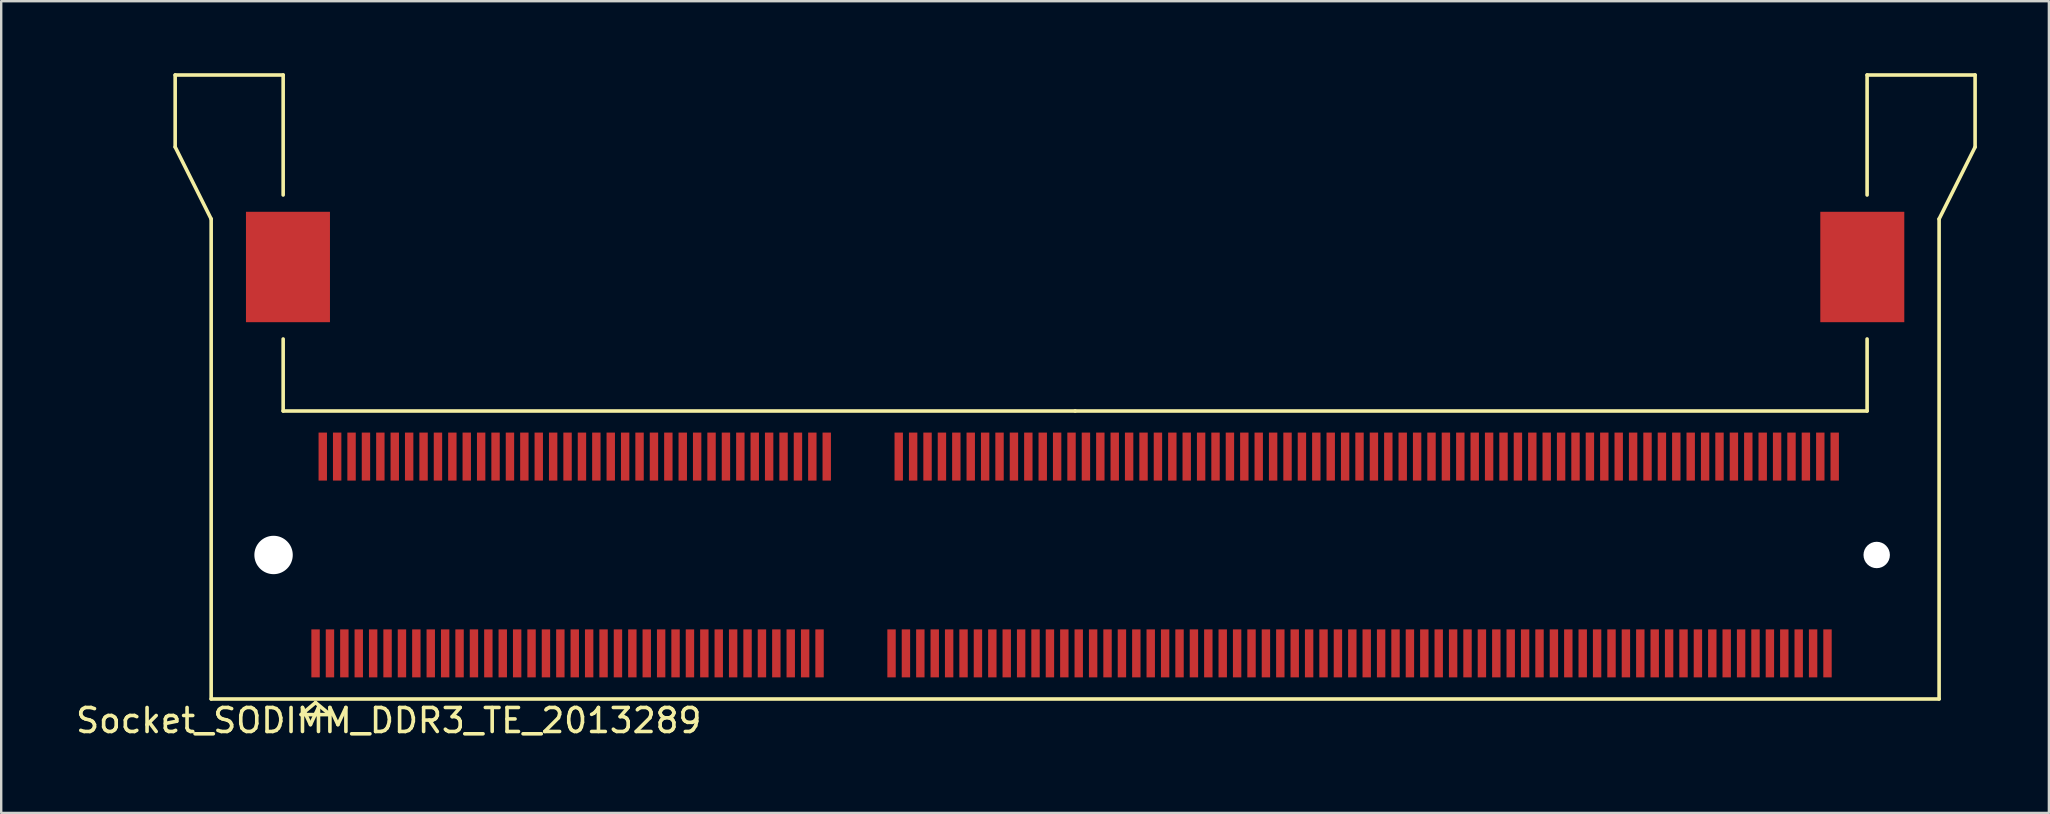
<source format=kicad_pcb>
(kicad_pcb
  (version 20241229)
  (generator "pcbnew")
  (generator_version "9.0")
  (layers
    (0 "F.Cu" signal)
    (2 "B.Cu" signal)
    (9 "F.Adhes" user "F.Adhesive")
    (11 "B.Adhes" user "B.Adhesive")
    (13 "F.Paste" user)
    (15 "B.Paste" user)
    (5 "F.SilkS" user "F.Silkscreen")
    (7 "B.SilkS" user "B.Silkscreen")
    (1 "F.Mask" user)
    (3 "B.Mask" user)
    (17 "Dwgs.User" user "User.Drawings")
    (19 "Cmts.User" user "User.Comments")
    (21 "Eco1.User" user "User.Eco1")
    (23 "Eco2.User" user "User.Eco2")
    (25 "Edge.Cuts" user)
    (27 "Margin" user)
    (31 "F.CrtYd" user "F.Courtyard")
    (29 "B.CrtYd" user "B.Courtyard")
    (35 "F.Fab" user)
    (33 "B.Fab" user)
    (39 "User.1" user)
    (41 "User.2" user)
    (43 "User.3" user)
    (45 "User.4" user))
  (footprint "Socket_SODIMM_DDR3_TE_2013289"
    (layer "F.Cu")
    (at 41.749 20.075)
    (property "Reference" "Socket_SODIMM_DDR3_TE_2013289" (at -28.6 6.9 0) (layer "F.SilkS") (effects (font (size 1 1) (thickness 0.15))))
    (attr smd)
    (fp_line (start -37.5 -20) (end -37.5 -17) (stroke (width 0.15) (type solid)) (layer "F.SilkS"))
    (fp_line (start -37.5 -17) (end -36 -14) (stroke (width 0.15) (type solid)) (layer "F.SilkS"))
    (fp_line (start -36 -14) (end -36 6) (stroke (width 0.15) (type solid)) (layer "F.SilkS"))
    (fp_line (start -36 6) (end 36 6) (stroke (width 0.15) (type solid)) (layer "F.SilkS"))
    (fp_line (start -33 -20) (end -37.5 -20) (stroke (width 0.15) (type solid)) (layer "F.SilkS"))
    (fp_line (start -33 -15) (end -33 -20) (stroke (width 0.15) (type solid)) (layer "F.SilkS"))
    (fp_line (start -33 -9) (end -33 -6) (stroke (width 0.15) (type solid)) (layer "F.SilkS"))
    (fp_line (start -32.25 6.65) (end -31.65 6.15) (stroke (width 0.15) (type solid)) (layer "F.SilkS"))
    (fp_line (start -31.65 6.15) (end -31.05 6.65) (stroke (width 0.15) (type solid)) (layer "F.SilkS"))
    (fp_line (start -31.05 6.65) (end -32.25 6.65) (stroke (width 0.15) (type solid)) (layer "F.SilkS"))
    (fp_line (start 0 -6) (end -33 -6) (stroke (width 0.15) (type solid)) (layer "F.SilkS"))
    (fp_line (start 33 -20) (end 33 -15) (stroke (width 0.15) (type solid)) (layer "F.SilkS"))
    (fp_line (start 33 -9) (end 33 -6) (stroke (width 0.15) (type solid)) (layer "F.SilkS"))
    (fp_line (start 33 -6) (end 0 -6) (stroke (width 0.15) (type solid)) (layer "F.SilkS"))
    (fp_line (start 36 -14) (end 36 6) (stroke (width 0.15) (type solid)) (layer "F.SilkS"))
    (fp_line (start 36 -14) (end 37.5 -17) (stroke (width 0.15) (type solid)) (layer "F.SilkS"))
    (fp_line (start 37.5 -20) (end 33 -20) (stroke (width 0.15) (type solid)) (layer "F.SilkS"))
    (fp_line (start 37.5 -17) (end 37.5 -20) (stroke (width 0.15) (type solid)) (layer "F.SilkS"))
    (pad "" np_thru_hole circle (at -33.4 0) (size 1.6 1.6) (drill 1.6) (layers "*.Cu" "*.Mask"))
    (pad "" smd rect (at -32.8 -12) (size 3.5 4.6) (layers "F.Cu" "F.Mask" "F.Paste"))
    (pad "" smd rect (at 32.8 -12) (size 3.5 4.6) (layers "F.Cu" "F.Mask" "F.Paste"))
    (pad "" np_thru_hole circle (at 33.4 0) (size 1.1 1.1) (drill 1.1) (layers "*.Cu" "*.Mask"))
    (pad "1" smd rect (at -31.65 4.1) (size 0.35 2) (layers "F.Cu" "F.Mask" "F.Paste"))
    (pad "2" smd rect (at -31.35 -4.1) (size 0.35 2) (layers "F.Cu" "F.Mask" "F.Paste"))
    (pad "3" smd rect (at -31.05 4.1) (size 0.35 2) (layers "F.Cu" "F.Mask" "F.Paste"))
    (pad "4" smd rect (at -30.75 -4.1) (size 0.35 2) (layers "F.Cu" "F.Mask" "F.Paste"))
    (pad "5" smd rect (at -30.45 4.1) (size 0.35 2) (layers "F.Cu" "F.Mask" "F.Paste"))
    (pad "6" smd rect (at -30.15 -4.1) (size 0.35 2) (layers "F.Cu" "F.Mask" "F.Paste"))
    (pad "7" smd rect (at -29.85 4.1) (size 0.35 2) (layers "F.Cu" "F.Mask" "F.Paste"))
    (pad "8" smd rect (at -29.55 -4.1) (size 0.35 2) (layers "F.Cu" "F.Mask" "F.Paste"))
    (pad "9" smd rect (at -29.25 4.1) (size 0.35 2) (layers "F.Cu" "F.Mask" "F.Paste"))
    (pad "10" smd rect (at -28.95 -4.1) (size 0.35 2) (layers "F.Cu" "F.Mask" "F.Paste"))
    (pad "11" smd rect (at -28.65 4.1) (size 0.35 2) (layers "F.Cu" "F.Mask" "F.Paste"))
    (pad "12" smd rect (at -28.35 -4.1) (size 0.35 2) (layers "F.Cu" "F.Mask" "F.Paste"))
    (pad "13" smd rect (at -28.05 4.1) (size 0.35 2) (layers "F.Cu" "F.Mask" "F.Paste"))
    (pad "14" smd rect (at -27.75 -4.1) (size 0.35 2) (layers "F.Cu" "F.Mask" "F.Paste"))
    (pad "15" smd rect (at -27.45 4.1) (size 0.35 2) (layers "F.Cu" "F.Mask" "F.Paste"))
    (pad "16" smd rect (at -27.15 -4.1) (size 0.35 2) (layers "F.Cu" "F.Mask" "F.Paste"))
    (pad "17" smd rect (at -26.85 4.1) (size 0.35 2) (layers "F.Cu" "F.Mask" "F.Paste"))
    (pad "18" smd rect (at -26.55 -4.1) (size 0.35 2) (layers "F.Cu" "F.Mask" "F.Paste"))
    (pad "19" smd rect (at -26.25 4.1) (size 0.35 2) (layers "F.Cu" "F.Mask" "F.Paste"))
    (pad "20" smd rect (at -25.95 -4.1) (size 0.35 2) (layers "F.Cu" "F.Mask" "F.Paste"))
    (pad "21" smd rect (at -25.65 4.1) (size 0.35 2) (layers "F.Cu" "F.Mask" "F.Paste"))
    (pad "22" smd rect (at -25.35 -4.1) (size 0.35 2) (layers "F.Cu" "F.Mask" "F.Paste"))
    (pad "23" smd rect (at -25.05 4.1) (size 0.35 2) (layers "F.Cu" "F.Mask" "F.Paste"))
    (pad "24" smd rect (at -24.75 -4.1) (size 0.35 2) (layers "F.Cu" "F.Mask" "F.Paste"))
    (pad "25" smd rect (at -24.45 4.1) (size 0.35 2) (layers "F.Cu" "F.Mask" "F.Paste"))
    (pad "26" smd rect (at -24.15 -4.1) (size 0.35 2) (layers "F.Cu" "F.Mask" "F.Paste"))
    (pad "27" smd rect (at -23.85 4.1) (size 0.35 2) (layers "F.Cu" "F.Mask" "F.Paste"))
    (pad "28" smd rect (at -23.55 -4.1) (size 0.35 2) (layers "F.Cu" "F.Mask" "F.Paste"))
    (pad "29" smd rect (at -23.25 4.1) (size 0.35 2) (layers "F.Cu" "F.Mask" "F.Paste"))
    (pad "30" smd rect (at -22.95 -4.1) (size 0.35 2) (layers "F.Cu" "F.Mask" "F.Paste"))
    (pad "31" smd rect (at -22.65 4.1) (size 0.35 2) (layers "F.Cu" "F.Mask" "F.Paste"))
    (pad "32" smd rect (at -22.35 -4.1) (size 0.35 2) (layers "F.Cu" "F.Mask" "F.Paste"))
    (pad "33" smd rect (at -22.05 4.1) (size 0.35 2) (layers "F.Cu" "F.Mask" "F.Paste"))
    (pad "34" smd rect (at -21.75 -4.1) (size 0.35 2) (layers "F.Cu" "F.Mask" "F.Paste"))
    (pad "35" smd rect (at -21.45 4.1) (size 0.35 2) (layers "F.Cu" "F.Mask" "F.Paste"))
    (pad "36" smd rect (at -21.15 -4.1) (size 0.35 2) (layers "F.Cu" "F.Mask" "F.Paste"))
    (pad "37" smd rect (at -20.85 4.1) (size 0.35 2) (layers "F.Cu" "F.Mask" "F.Paste"))
    (pad "38" smd rect (at -20.55 -4.1) (size 0.35 2) (layers "F.Cu" "F.Mask" "F.Paste"))
    (pad "39" smd rect (at -20.25 4.1) (size 0.35 2) (layers "F.Cu" "F.Mask" "F.Paste"))
    (pad "40" smd rect (at -19.95 -4.1) (size 0.35 2) (layers "F.Cu" "F.Mask" "F.Paste"))
    (pad "41" smd rect (at -19.65 4.1) (size 0.35 2) (layers "F.Cu" "F.Mask" "F.Paste"))
    (pad "42" smd rect (at -19.35 -4.1) (size 0.35 2) (layers "F.Cu" "F.Mask" "F.Paste"))
    (pad "43" smd rect (at -19.05 4.1) (size 0.35 2) (layers "F.Cu" "F.Mask" "F.Paste"))
    (pad "44" smd rect (at -18.75 -4.1) (size 0.35 2) (layers "F.Cu" "F.Mask" "F.Paste"))
    (pad "45" smd rect (at -18.45 4.1) (size 0.35 2) (layers "F.Cu" "F.Mask" "F.Paste"))
    (pad "46" smd rect (at -18.15 -4.1) (size 0.35 2) (layers "F.Cu" "F.Mask" "F.Paste"))
    (pad "47" smd rect (at -17.85 4.1) (size 0.35 2) (layers "F.Cu" "F.Mask" "F.Paste"))
    (pad "48" smd rect (at -17.55 -4.1) (size 0.35 2) (layers "F.Cu" "F.Mask" "F.Paste"))
    (pad "49" smd rect (at -17.25 4.1) (size 0.35 2) (layers "F.Cu" "F.Mask" "F.Paste"))
    (pad "50" smd rect (at -16.95 -4.1) (size 0.35 2) (layers "F.Cu" "F.Mask" "F.Paste"))
    (pad "51" smd rect (at -16.65 4.1) (size 0.35 2) (layers "F.Cu" "F.Mask" "F.Paste"))
    (pad "52" smd rect (at -16.35 -4.1) (size 0.35 2) (layers "F.Cu" "F.Mask" "F.Paste"))
    (pad "53" smd rect (at -16.05 4.1) (size 0.35 2) (layers "F.Cu" "F.Mask" "F.Paste"))
    (pad "54" smd rect (at -15.75 -4.1) (size 0.35 2) (layers "F.Cu" "F.Mask" "F.Paste"))
    (pad "55" smd rect (at -15.45 4.1) (size 0.35 2) (layers "F.Cu" "F.Mask" "F.Paste"))
    (pad "56" smd rect (at -15.15 -4.1) (size 0.35 2) (layers "F.Cu" "F.Mask" "F.Paste"))
    (pad "57" smd rect (at -14.85 4.1) (size 0.35 2) (layers "F.Cu" "F.Mask" "F.Paste"))
    (pad "58" smd rect (at -14.55 -4.1) (size 0.35 2) (layers "F.Cu" "F.Mask" "F.Paste"))
    (pad "59" smd rect (at -14.25 4.1) (size 0.35 2) (layers "F.Cu" "F.Mask" "F.Paste"))
    (pad "60" smd rect (at -13.95 -4.1) (size 0.35 2) (layers "F.Cu" "F.Mask" "F.Paste"))
    (pad "61" smd rect (at -13.65 4.1) (size 0.35 2) (layers "F.Cu" "F.Mask" "F.Paste"))
    (pad "62" smd rect (at -13.35 -4.1) (size 0.35 2) (layers "F.Cu" "F.Mask" "F.Paste"))
    (pad "63" smd rect (at -13.05 4.1) (size 0.35 2) (layers "F.Cu" "F.Mask" "F.Paste"))
    (pad "64" smd rect (at -12.75 -4.1) (size 0.35 2) (layers "F.Cu" "F.Mask" "F.Paste"))
    (pad "65" smd rect (at -12.45 4.1) (size 0.35 2) (layers "F.Cu" "F.Mask" "F.Paste"))
    (pad "66" smd rect (at -12.15 -4.1) (size 0.35 2) (layers "F.Cu" "F.Mask" "F.Paste"))
    (pad "67" smd rect (at -11.85 4.1) (size 0.35 2) (layers "F.Cu" "F.Mask" "F.Paste"))
    (pad "68" smd rect (at -11.55 -4.1) (size 0.35 2) (layers "F.Cu" "F.Mask" "F.Paste"))
    (pad "69" smd rect (at -11.25 4.1) (size 0.35 2) (layers "F.Cu" "F.Mask" "F.Paste"))
    (pad "70" smd rect (at -10.95 -4.1) (size 0.35 2) (layers "F.Cu" "F.Mask" "F.Paste"))
    (pad "71" smd rect (at -10.65 4.1) (size 0.35 2) (layers "F.Cu" "F.Mask" "F.Paste"))
    (pad "72" smd rect (at -10.35 -4.1) (size 0.35 2) (layers "F.Cu" "F.Mask" "F.Paste"))
    (pad "73" smd rect (at -7.65 4.1) (size 0.35 2) (layers "F.Cu" "F.Mask" "F.Paste"))
    (pad "74" smd rect (at -7.35 -4.1) (size 0.35 2) (layers "F.Cu" "F.Mask" "F.Paste"))
    (pad "75" smd rect (at -7.05 4.1) (size 0.35 2) (layers "F.Cu" "F.Mask" "F.Paste"))
    (pad "76" smd rect (at -6.75 -4.1) (size 0.35 2) (layers "F.Cu" "F.Mask" "F.Paste"))
    (pad "77" smd rect (at -6.45 4.1) (size 0.35 2) (layers "F.Cu" "F.Mask" "F.Paste"))
    (pad "78" smd rect (at -6.15 -4.1) (size 0.35 2) (layers "F.Cu" "F.Mask" "F.Paste"))
    (pad "79" smd rect (at -5.85 4.1) (size 0.35 2) (layers "F.Cu" "F.Mask" "F.Paste"))
    (pad "80" smd rect (at -5.55 -4.1) (size 0.35 2) (layers "F.Cu" "F.Mask" "F.Paste"))
    (pad "81" smd rect (at -5.25 4.1) (size 0.35 2) (layers "F.Cu" "F.Mask" "F.Paste"))
    (pad "82" smd rect (at -4.95 -4.1) (size 0.35 2) (layers "F.Cu" "F.Mask" "F.Paste"))
    (pad "83" smd rect (at -4.65 4.1) (size 0.35 2) (layers "F.Cu" "F.Mask" "F.Paste"))
    (pad "84" smd rect (at -4.35 -4.1) (size 0.35 2) (layers "F.Cu" "F.Mask" "F.Paste"))
    (pad "85" smd rect (at -4.05 4.1) (size 0.35 2) (layers "F.Cu" "F.Mask" "F.Paste"))
    (pad "86" smd rect (at -3.75 -4.1) (size 0.35 2) (layers "F.Cu" "F.Mask" "F.Paste"))
    (pad "87" smd rect (at -3.45 4.1) (size 0.35 2) (layers "F.Cu" "F.Mask" "F.Paste"))
    (pad "88" smd rect (at -3.15 -4.1) (size 0.35 2) (layers "F.Cu" "F.Mask" "F.Paste"))
    (pad "89" smd rect (at -2.85 4.1) (size 0.35 2) (layers "F.Cu" "F.Mask" "F.Paste"))
    (pad "90" smd rect (at -2.55 -4.1) (size 0.35 2) (layers "F.Cu" "F.Mask" "F.Paste"))
    (pad "91" smd rect (at -2.25 4.1) (size 0.35 2) (layers "F.Cu" "F.Mask" "F.Paste"))
    (pad "92" smd rect (at -1.95 -4.1) (size 0.35 2) (layers "F.Cu" "F.Mask" "F.Paste"))
    (pad "93" smd rect (at -1.65 4.1) (size 0.35 2) (layers "F.Cu" "F.Mask" "F.Paste"))
    (pad "94" smd rect (at -1.35 -4.1) (size 0.35 2) (layers "F.Cu" "F.Mask" "F.Paste"))
    (pad "95" smd rect (at -1.05 4.1) (size 0.35 2) (layers "F.Cu" "F.Mask" "F.Paste"))
    (pad "96" smd rect (at -0.75 -4.1) (size 0.35 2) (layers "F.Cu" "F.Mask" "F.Paste"))
    (pad "97" smd rect (at -0.45 4.1) (size 0.35 2) (layers "F.Cu" "F.Mask" "F.Paste"))
    (pad "98" smd rect (at -0.15 -4.1) (size 0.35 2) (layers "F.Cu" "F.Mask" "F.Paste"))
    (pad "99" smd rect (at 0.15 4.1) (size 0.35 2) (layers "F.Cu" "F.Mask" "F.Paste"))
    (pad "100" smd rect (at 0.45 -4.1) (size 0.35 2) (layers "F.Cu" "F.Mask" "F.Paste"))
    (pad "101" smd rect (at 0.75 4.1) (size 0.35 2) (layers "F.Cu" "F.Mask" "F.Paste"))
    (pad "102" smd rect (at 1.05 -4.1) (size 0.35 2) (layers "F.Cu" "F.Mask" "F.Paste"))
    (pad "103" smd rect (at 1.35 4.1) (size 0.35 2) (layers "F.Cu" "F.Mask" "F.Paste"))
    (pad "104" smd rect (at 1.65 -4.1) (size 0.35 2) (layers "F.Cu" "F.Mask" "F.Paste"))
    (pad "105" smd rect (at 1.95 4.1) (size 0.35 2) (layers "F.Cu" "F.Mask" "F.Paste"))
    (pad "106" smd rect (at 2.25 -4.1) (size 0.35 2) (layers "F.Cu" "F.Mask" "F.Paste"))
    (pad "107" smd rect (at 2.55 4.1) (size 0.35 2) (layers "F.Cu" "F.Mask" "F.Paste"))
    (pad "108" smd rect (at 2.85 -4.1) (size 0.35 2) (layers "F.Cu" "F.Mask" "F.Paste"))
    (pad "109" smd rect (at 3.15 4.1) (size 0.35 2) (layers "F.Cu" "F.Mask" "F.Paste"))
    (pad "110" smd rect (at 3.45 -4.1) (size 0.35 2) (layers "F.Cu" "F.Mask" "F.Paste"))
    (pad "111" smd rect (at 3.75 4.1) (size 0.35 2) (layers "F.Cu" "F.Mask" "F.Paste"))
    (pad "112" smd rect (at 4.05 -4.1) (size 0.35 2) (layers "F.Cu" "F.Mask" "F.Paste"))
    (pad "113" smd rect (at 4.35 4.1) (size 0.35 2) (layers "F.Cu" "F.Mask" "F.Paste"))
    (pad "114" smd rect (at 4.65 -4.1) (size 0.35 2) (layers "F.Cu" "F.Mask" "F.Paste"))
    (pad "115" smd rect (at 4.95 4.1) (size 0.35 2) (layers "F.Cu" "F.Mask" "F.Paste"))
    (pad "116" smd rect (at 5.25 -4.1) (size 0.35 2) (layers "F.Cu" "F.Mask" "F.Paste"))
    (pad "117" smd rect (at 5.55 4.1) (size 0.35 2) (layers "F.Cu" "F.Mask" "F.Paste"))
    (pad "118" smd rect (at 5.85 -4.1) (size 0.35 2) (layers "F.Cu" "F.Mask" "F.Paste"))
    (pad "119" smd rect (at 6.15 4.1) (size 0.35 2) (layers "F.Cu" "F.Mask" "F.Paste"))
    (pad "120" smd rect (at 6.45 -4.1) (size 0.35 2) (layers "F.Cu" "F.Mask" "F.Paste"))
    (pad "121" smd rect (at 6.75 4.1) (size 0.35 2) (layers "F.Cu" "F.Mask" "F.Paste"))
    (pad "122" smd rect (at 7.05 -4.1) (size 0.35 2) (layers "F.Cu" "F.Mask" "F.Paste"))
    (pad "123" smd rect (at 7.35 4.1) (size 0.35 2) (layers "F.Cu" "F.Mask" "F.Paste"))
    (pad "124" smd rect (at 7.65 -4.1) (size 0.35 2) (layers "F.Cu" "F.Mask" "F.Paste"))
    (pad "125" smd rect (at 7.95 4.1) (size 0.35 2) (layers "F.Cu" "F.Mask" "F.Paste"))
    (pad "126" smd rect (at 8.25 -4.1) (size 0.35 2) (layers "F.Cu" "F.Mask" "F.Paste"))
    (pad "127" smd rect (at 8.55 4.1) (size 0.35 2) (layers "F.Cu" "F.Mask" "F.Paste"))
    (pad "128" smd rect (at 8.85 -4.1) (size 0.35 2) (layers "F.Cu" "F.Mask" "F.Paste"))
    (pad "129" smd rect (at 9.15 4.1) (size 0.35 2) (layers "F.Cu" "F.Mask" "F.Paste"))
    (pad "130" smd rect (at 9.45 -4.1) (size 0.35 2) (layers "F.Cu" "F.Mask" "F.Paste"))
    (pad "131" smd rect (at 9.75 4.1) (size 0.35 2) (layers "F.Cu" "F.Mask" "F.Paste"))
    (pad "132" smd rect (at 10.05 -4.1) (size 0.35 2) (layers "F.Cu" "F.Mask" "F.Paste"))
    (pad "133" smd rect (at 10.35 4.1) (size 0.35 2) (layers "F.Cu" "F.Mask" "F.Paste"))
    (pad "134" smd rect (at 10.65 -4.1) (size 0.35 2) (layers "F.Cu" "F.Mask" "F.Paste"))
    (pad "135" smd rect (at 10.95 4.1) (size 0.35 2) (layers "F.Cu" "F.Mask" "F.Paste"))
    (pad "136" smd rect (at 11.25 -4.1) (size 0.35 2) (layers "F.Cu" "F.Mask" "F.Paste"))
    (pad "137" smd rect (at 11.55 4.1) (size 0.35 2) (layers "F.Cu" "F.Mask" "F.Paste"))
    (pad "138" smd rect (at 11.85 -4.1) (size 0.35 2) (layers "F.Cu" "F.Mask" "F.Paste"))
    (pad "139" smd rect (at 12.15 4.1) (size 0.35 2) (layers "F.Cu" "F.Mask" "F.Paste"))
    (pad "140" smd rect (at 12.45 -4.1) (size 0.35 2) (layers "F.Cu" "F.Mask" "F.Paste"))
    (pad "141" smd rect (at 12.75 4.1) (size 0.35 2) (layers "F.Cu" "F.Mask" "F.Paste"))
    (pad "142" smd rect (at 13.05 -4.1) (size 0.35 2) (layers "F.Cu" "F.Mask" "F.Paste"))
    (pad "143" smd rect (at 13.35 4.1) (size 0.35 2) (layers "F.Cu" "F.Mask" "F.Paste"))
    (pad "144" smd rect (at 13.65 -4.1) (size 0.35 2) (layers "F.Cu" "F.Mask" "F.Paste"))
    (pad "145" smd rect (at 13.95 4.1) (size 0.35 2) (layers "F.Cu" "F.Mask" "F.Paste"))
    (pad "146" smd rect (at 14.25 -4.1) (size 0.35 2) (layers "F.Cu" "F.Mask" "F.Paste"))
    (pad "147" smd rect (at 14.55 4.1) (size 0.35 2) (layers "F.Cu" "F.Mask" "F.Paste"))
    (pad "148" smd rect (at 14.85 -4.1) (size 0.35 2) (layers "F.Cu" "F.Mask" "F.Paste"))
    (pad "149" smd rect (at 15.15 4.1) (size 0.35 2) (layers "F.Cu" "F.Mask" "F.Paste"))
    (pad "150" smd rect (at 15.45 -4.1) (size 0.35 2) (layers "F.Cu" "F.Mask" "F.Paste"))
    (pad "151" smd rect (at 15.75 4.1) (size 0.35 2) (layers "F.Cu" "F.Mask" "F.Paste"))
    (pad "152" smd rect (at 16.05 -4.1) (size 0.35 2) (layers "F.Cu" "F.Mask" "F.Paste"))
    (pad "153" smd rect (at 16.35 4.1) (size 0.35 2) (layers "F.Cu" "F.Mask" "F.Paste"))
    (pad "154" smd rect (at 16.65 -4.1) (size 0.35 2) (layers "F.Cu" "F.Mask" "F.Paste"))
    (pad "155" smd rect (at 16.95 4.1) (size 0.35 2) (layers "F.Cu" "F.Mask" "F.Paste"))
    (pad "156" smd rect (at 17.25 -4.1) (size 0.35 2) (layers "F.Cu" "F.Mask" "F.Paste"))
    (pad "157" smd rect (at 17.55 4.1) (size 0.35 2) (layers "F.Cu" "F.Mask" "F.Paste"))
    (pad "158" smd rect (at 17.85 -4.1) (size 0.35 2) (layers "F.Cu" "F.Mask" "F.Paste"))
    (pad "159" smd rect (at 18.15 4.1) (size 0.35 2) (layers "F.Cu" "F.Mask" "F.Paste"))
    (pad "160" smd rect (at 18.45 -4.1) (size 0.35 2) (layers "F.Cu" "F.Mask" "F.Paste"))
    (pad "161" smd rect (at 18.75 4.1) (size 0.35 2) (layers "F.Cu" "F.Mask" "F.Paste"))
    (pad "162" smd rect (at 19.05 -4.1) (size 0.35 2) (layers "F.Cu" "F.Mask" "F.Paste"))
    (pad "163" smd rect (at 19.35 4.1) (size 0.35 2) (layers "F.Cu" "F.Mask" "F.Paste"))
    (pad "164" smd rect (at 19.65 -4.1) (size 0.35 2) (layers "F.Cu" "F.Mask" "F.Paste"))
    (pad "165" smd rect (at 19.95 4.1) (size 0.35 2) (layers "F.Cu" "F.Mask" "F.Paste"))
    (pad "166" smd rect (at 20.25 -4.1) (size 0.35 2) (layers "F.Cu" "F.Mask" "F.Paste"))
    (pad "167" smd rect (at 20.55 4.1) (size 0.35 2) (layers "F.Cu" "F.Mask" "F.Paste"))
    (pad "168" smd rect (at 20.85 -4.1) (size 0.35 2) (layers "F.Cu" "F.Mask" "F.Paste"))
    (pad "169" smd rect (at 21.15 4.1) (size 0.35 2) (layers "F.Cu" "F.Mask" "F.Paste"))
    (pad "170" smd rect (at 21.45 -4.1) (size 0.35 2) (layers "F.Cu" "F.Mask" "F.Paste"))
    (pad "171" smd rect (at 21.75 4.1) (size 0.35 2) (layers "F.Cu" "F.Mask" "F.Paste"))
    (pad "172" smd rect (at 22.05 -4.1) (size 0.35 2) (layers "F.Cu" "F.Mask" "F.Paste"))
    (pad "173" smd rect (at 22.35 4.1) (size 0.35 2) (layers "F.Cu" "F.Mask" "F.Paste"))
    (pad "174" smd rect (at 22.65 -4.1) (size 0.35 2) (layers "F.Cu" "F.Mask" "F.Paste"))
    (pad "175" smd rect (at 22.95 4.1) (size 0.35 2) (layers "F.Cu" "F.Mask" "F.Paste"))
    (pad "176" smd rect (at 23.25 -4.1) (size 0.35 2) (layers "F.Cu" "F.Mask" "F.Paste"))
    (pad "177" smd rect (at 23.55 4.1) (size 0.35 2) (layers "F.Cu" "F.Mask" "F.Paste"))
    (pad "178" smd rect (at 23.85 -4.1) (size 0.35 2) (layers "F.Cu" "F.Mask" "F.Paste"))
    (pad "179" smd rect (at 24.15 4.1) (size 0.35 2) (layers "F.Cu" "F.Mask" "F.Paste"))
    (pad "180" smd rect (at 24.45 -4.1) (size 0.35 2) (layers "F.Cu" "F.Mask" "F.Paste"))
    (pad "181" smd rect (at 24.75 4.1) (size 0.35 2) (layers "F.Cu" "F.Mask" "F.Paste"))
    (pad "182" smd rect (at 25.05 -4.1) (size 0.35 2) (layers "F.Cu" "F.Mask" "F.Paste"))
    (pad "183" smd rect (at 25.35 4.1) (size 0.35 2) (layers "F.Cu" "F.Mask" "F.Paste"))
    (pad "184" smd rect (at 25.65 -4.1) (size 0.35 2) (layers "F.Cu" "F.Mask" "F.Paste"))
    (pad "185" smd rect (at 25.95 4.1) (size 0.35 2) (layers "F.Cu" "F.Mask" "F.Paste"))
    (pad "186" smd rect (at 26.25 -4.1) (size 0.35 2) (layers "F.Cu" "F.Mask" "F.Paste"))
    (pad "187" smd rect (at 26.55 4.1) (size 0.35 2) (layers "F.Cu" "F.Mask" "F.Paste"))
    (pad "188" smd rect (at 26.85 -4.1) (size 0.35 2) (layers "F.Cu" "F.Mask" "F.Paste"))
    (pad "189" smd rect (at 27.15 4.1) (size 0.35 2) (layers "F.Cu" "F.Mask" "F.Paste"))
    (pad "190" smd rect (at 27.45 -4.1) (size 0.35 2) (layers "F.Cu" "F.Mask" "F.Paste"))
    (pad "191" smd rect (at 27.75 4.1) (size 0.35 2) (layers "F.Cu" "F.Mask" "F.Paste"))
    (pad "192" smd rect (at 28.05 -4.1) (size 0.35 2) (layers "F.Cu" "F.Mask" "F.Paste"))
    (pad "193" smd rect (at 28.35 4.1) (size 0.35 2) (layers "F.Cu" "F.Mask" "F.Paste"))
    (pad "194" smd rect (at 28.65 -4.1) (size 0.35 2) (layers "F.Cu" "F.Mask" "F.Paste"))
    (pad "195" smd rect (at 28.95 4.1) (size 0.35 2) (layers "F.Cu" "F.Mask" "F.Paste"))
    (pad "196" smd rect (at 29.25 -4.1) (size 0.35 2) (layers "F.Cu" "F.Mask" "F.Paste"))
    (pad "197" smd rect (at 29.55 4.1) (size 0.35 2) (layers "F.Cu" "F.Mask" "F.Paste"))
    (pad "198" smd rect (at 29.85 -4.1) (size 0.35 2) (layers "F.Cu" "F.Mask" "F.Paste"))
    (pad "199" smd rect (at 30.15 4.1) (size 0.35 2) (layers "F.Cu" "F.Mask" "F.Paste"))
    (pad "200" smd rect (at 30.45 -4.1) (size 0.35 2) (layers "F.Cu" "F.Mask" "F.Paste"))
    (pad "201" smd rect (at 30.75 4.1) (size 0.35 2) (layers "F.Cu" "F.Mask" "F.Paste"))
    (pad "202" smd rect (at 31.05 -4.1) (size 0.35 2) (layers "F.Cu" "F.Mask" "F.Paste"))
    (pad "203" smd rect (at 31.35 4.1) (size 0.35 2) (layers "F.Cu" "F.Mask" "F.Paste"))
    (pad "204" smd rect (at 31.65 -4.1) (size 0.35 2) (layers "F.Cu" "F.Mask" "F.Paste")))
  (gr_rect
    (start -3 -3)
    (end 82.324 30.823)
    (stroke (width 0.1) (type default))
    (fill no)
    (layer "Edge.Cuts")))
</source>
